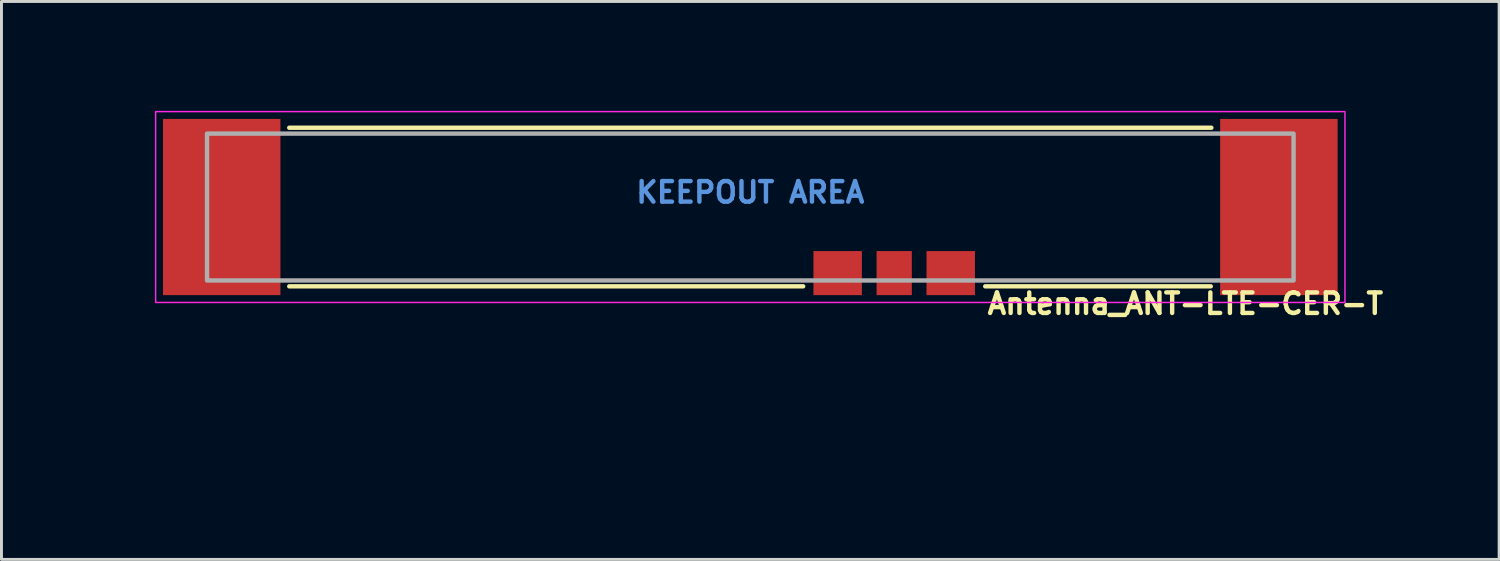
<source format=kicad_pcb>
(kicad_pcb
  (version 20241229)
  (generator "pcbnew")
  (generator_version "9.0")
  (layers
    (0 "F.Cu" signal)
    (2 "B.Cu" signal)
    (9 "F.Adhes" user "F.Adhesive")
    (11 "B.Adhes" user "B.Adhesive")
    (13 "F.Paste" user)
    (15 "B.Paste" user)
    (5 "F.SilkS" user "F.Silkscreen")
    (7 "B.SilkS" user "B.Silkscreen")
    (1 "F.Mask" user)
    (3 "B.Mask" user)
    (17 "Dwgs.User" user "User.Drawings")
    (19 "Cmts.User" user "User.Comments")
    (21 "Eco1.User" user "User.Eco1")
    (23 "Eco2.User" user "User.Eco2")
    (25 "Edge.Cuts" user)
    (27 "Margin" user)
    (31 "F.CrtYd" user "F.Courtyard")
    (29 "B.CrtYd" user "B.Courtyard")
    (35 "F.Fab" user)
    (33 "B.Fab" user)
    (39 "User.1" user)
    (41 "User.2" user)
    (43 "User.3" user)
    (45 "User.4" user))
  (footprint "Antenna_ANT-LTE-CER-T"
    (layer "F.Cu")
    (at 22.5 4)
    (property "Reference" "Antenna_ANT-LTE-CER-T" (at 8 3.7 0) (layer "F.SilkS") (effects (font (size 0.7 0.7) (thickness 0.15)) (justify left bottom)))
    (attr smd)
    (fp_line (start -15.7 -2.7) (end 15.7 -2.7) (stroke (width 0.15) (type solid)) (layer "F.SilkS"))
    (fp_line (start -15.7 2.7) (end 1.8 2.7) (stroke (width 0.15) (type solid)) (layer "F.SilkS"))
    (fp_line (start 15.68 2.7) (end 8 2.7) (stroke (width 0.15) (type solid)) (layer "F.SilkS"))
    (fp_rect (start -20.25 -3.25) (end 20.25 3.25) (stroke (width 0.05) (type solid)) (fill no) (layer "F.CrtYd"))
    (fp_rect (start -18.5 -2.5) (end 18.5 2.5) (stroke (width 0.15) (type solid)) (fill no) (layer "F.Fab"))
    (fp_rect (start -18.5 -2.5) (end 18.5 2.5) (stroke (width 0.15) (type solid)) (fill no) (layer "User.5"))
    (fp_rect (start -18.5 -2.5) (end 18.5 2.5) (stroke (width 0.02) (type solid)) (fill no) (layer "User.9"))
    (fp_text user "KEEPOUT AREA" (at 0 -0.5 0) (unlocked yes) (layer "Cmts.User") (effects (font (size 0.7 0.7) (thickness 0.15))))
    (pad "1" smd rect (at 4.9 2.25) (size 1.2 1.5) (layers "F.Cu" "F.Mask" "F.Paste"))
    (pad "2" smd rect (at 2.975 2.25) (size 1.65 1.5) (layers "F.Cu" "F.Mask" "F.Paste"))
    (pad "3" smd rect (at 6.825 2.25) (size 1.65 1.5) (layers "F.Cu" "F.Mask" "F.Paste"))
    (pad "MP1" smd rect (at -18 0) (size 4 6) (layers "F.Cu" "F.Mask" "F.Paste"))
    (pad "MP2" smd rect (at 18 0) (size 4 6) (layers "F.Cu" "F.Mask" "F.Paste"))
    (zone (net_name "") (layers "F.Cu" "B.Cu") (name "KEEPOUT") (hatch edge 0.508) (connect_pads) (min_thickness 0.254) (filled_areas_thickness no) (keepout (tracks not_allowed) (vias not_allowed) (pads allowed) (copperpour not_allowed) (footprints not_allowed)) (placement (enabled no)) (fill) (polygon (pts (xy 45 13) (xy 30.25 13) (xy 30.25 5.25) (xy 24.5 5.25) (xy 24.5 13) (xy 0 13) (xy 0 0) (xy 45 0)))))
  (gr_rect
    (start -3 -3)
    (end 48 16)
    (stroke (width 0.1) (type default))
    (fill no)
    (layer "Edge.Cuts")))
</source>
